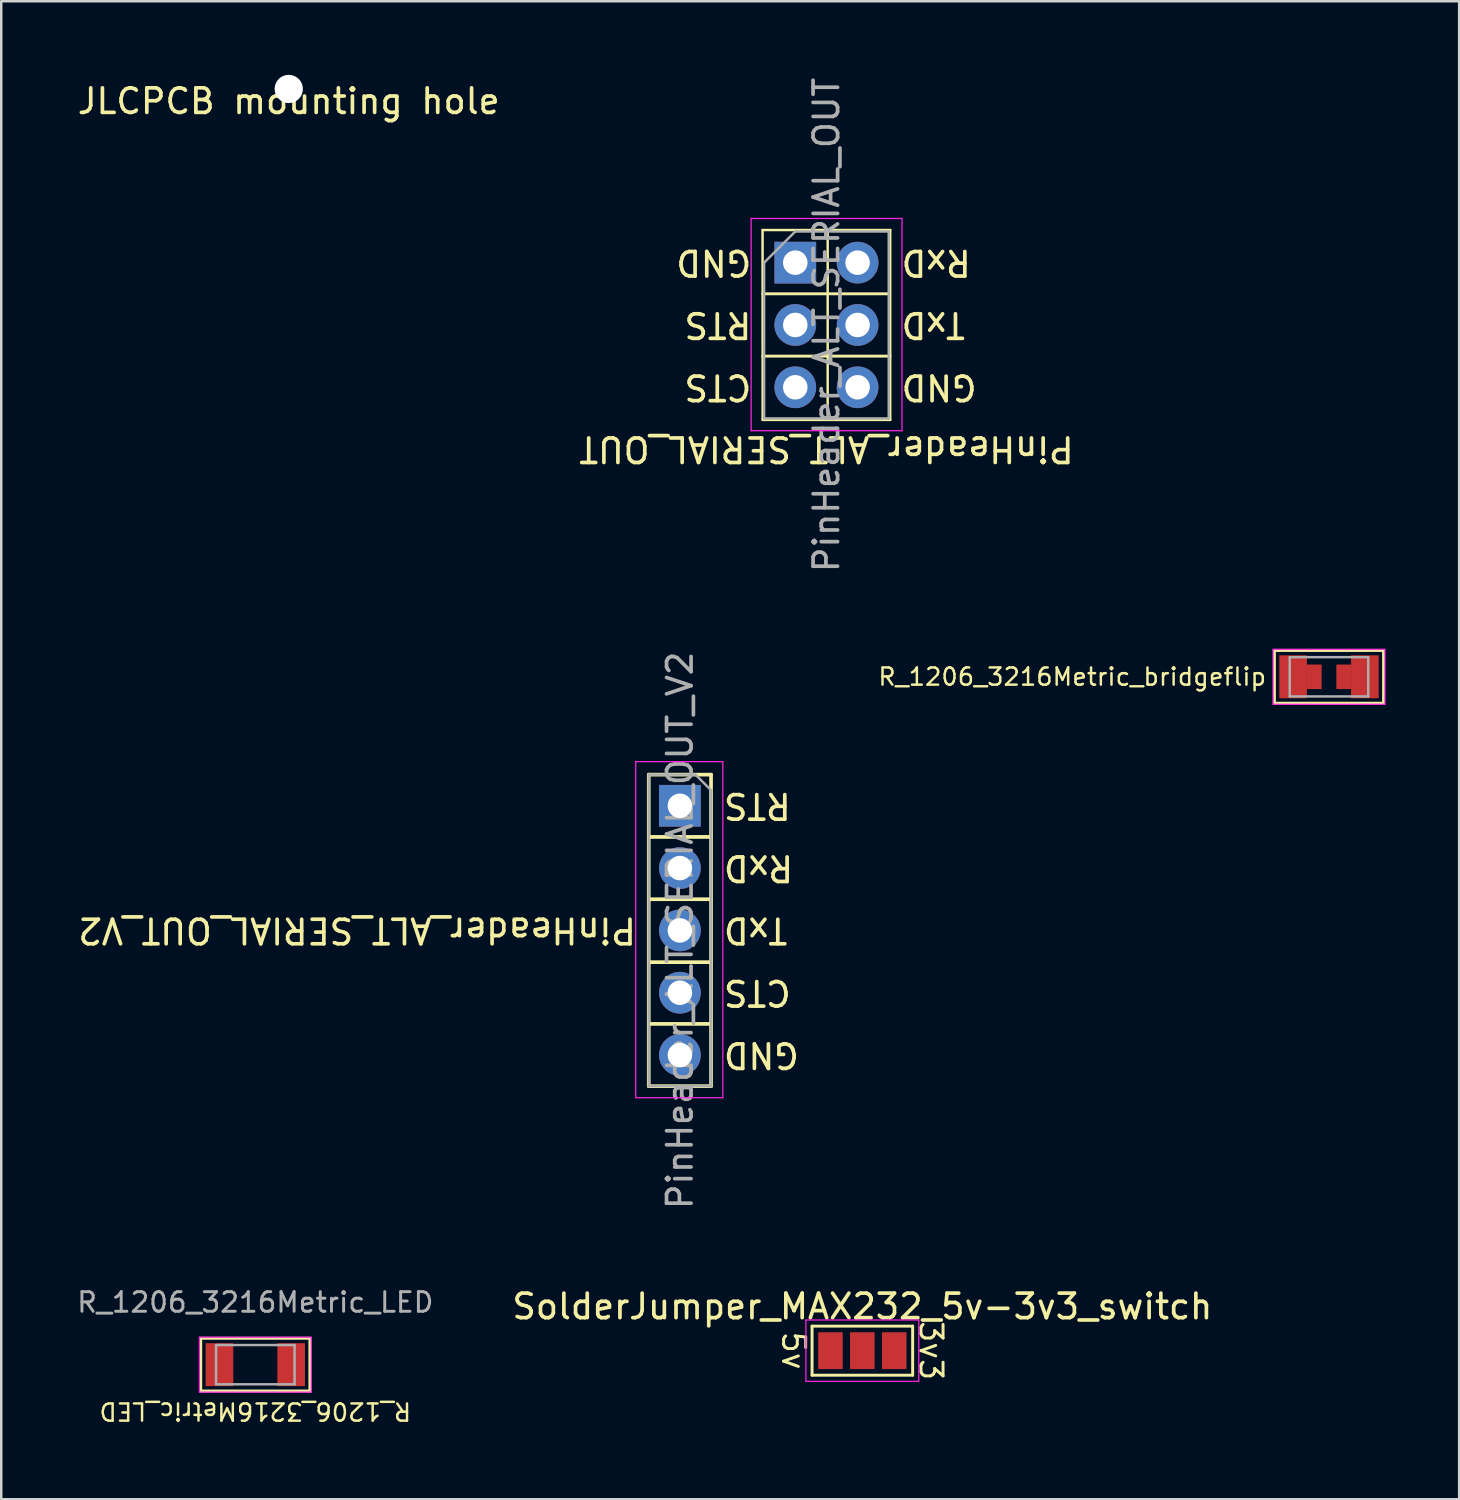
<source format=kicad_pcb>
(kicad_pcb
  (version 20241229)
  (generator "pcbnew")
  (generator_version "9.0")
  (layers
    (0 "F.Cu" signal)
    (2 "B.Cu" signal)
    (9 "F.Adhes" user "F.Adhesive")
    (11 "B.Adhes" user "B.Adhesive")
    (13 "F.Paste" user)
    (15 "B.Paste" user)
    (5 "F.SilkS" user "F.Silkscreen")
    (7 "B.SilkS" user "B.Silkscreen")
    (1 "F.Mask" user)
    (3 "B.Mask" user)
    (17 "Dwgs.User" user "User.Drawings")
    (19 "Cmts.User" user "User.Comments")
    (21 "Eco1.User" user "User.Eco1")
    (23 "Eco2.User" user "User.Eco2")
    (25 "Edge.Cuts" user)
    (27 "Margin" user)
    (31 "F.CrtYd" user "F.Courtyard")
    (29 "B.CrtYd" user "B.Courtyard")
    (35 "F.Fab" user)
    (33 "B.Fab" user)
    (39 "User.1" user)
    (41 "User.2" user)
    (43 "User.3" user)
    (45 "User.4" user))
  (footprint "PinHeader_ALT_SERIAL_OUT_V2"
    (layer "F.Cu")
    (at 24.664 29.795)
    (property "Reference" "PinHeader_ALT_SERIAL_OUT_V2" (at -1.7 5.08 180) (unlocked yes) (layer "F.SilkS") (effects (font (size 1 1) (thickness 0.15)) (justify left)))
    (attr through_hole)
    (fp_line (start -1.27 -1.27) (end -1.27 11.43) (stroke (width 0.15) (type solid)) (layer "F.SilkS"))
    (fp_line (start -1.27 -1.27) (end 1.27 -1.27) (stroke (width 0.15) (type solid)) (layer "F.SilkS"))
    (fp_line (start -1.27 1.27) (end 1.27 1.27) (stroke (width 0.15) (type solid)) (layer "F.SilkS"))
    (fp_line (start -1.27 3.81) (end 1.27 3.81) (stroke (width 0.15) (type solid)) (layer "F.SilkS"))
    (fp_line (start -1.27 6.375) (end 1.27 6.375) (stroke (width 0.15) (type solid)) (layer "F.SilkS"))
    (fp_line (start -1.27 8.89) (end 1.27 8.89) (stroke (width 0.15) (type solid)) (layer "F.SilkS"))
    (fp_line (start -1.27 11.43) (end 1.27 11.43) (stroke (width 0.15) (type solid)) (layer "F.SilkS"))
    (fp_line (start 1.27 11.43) (end 1.27 -1.27) (stroke (width 0.15) (type solid)) (layer "F.SilkS"))
    (fp_line (start -1.8 -1.8) (end 1.75 -1.8) (stroke (width 0.05) (type solid)) (layer "F.CrtYd"))
    (fp_line (start -1.8 11.9) (end -1.8 -1.8) (stroke (width 0.05) (type solid)) (layer "F.CrtYd"))
    (fp_line (start 1.75 -1.8) (end 1.75 11.9) (stroke (width 0.05) (type solid)) (layer "F.CrtYd"))
    (fp_line (start 1.75 11.9) (end -1.8 11.9) (stroke (width 0.05) (type solid)) (layer "F.CrtYd"))
    (fp_line (start -1.27 -1.27) (end 0.635 -1.27) (stroke (width 0.1) (type solid)) (layer "F.Fab"))
    (fp_line (start -1.27 11.43) (end -1.27 -1.27) (stroke (width 0.1) (type solid)) (layer "F.Fab"))
    (fp_line (start 0.635 -1.27) (end 1.27 -0.635) (stroke (width 0.1) (type solid)) (layer "F.Fab"))
    (fp_line (start 1.27 -0.635) (end 1.27 11.43) (stroke (width 0.1) (type solid)) (layer "F.Fab"))
    (fp_line (start 1.27 11.43) (end -1.27 11.43) (stroke (width 0.1) (type solid)) (layer "F.Fab"))
    (fp_text user "RxD" (at 1.7 2.54 180) (unlocked yes) (layer "F.SilkS") (effects (font (size 1 1) (thickness 0.15)) (justify right)))
    (fp_text user "CTS" (at 1.7 7.62 180) (unlocked yes) (layer "F.SilkS") (effects (font (size 1 1) (thickness 0.15)) (justify right)))
    (fp_text user "TxD" (at 1.7 5.08 180) (unlocked yes) (layer "F.SilkS") (effects (font (size 1 1) (thickness 0.15)) (justify right)))
    (fp_text user "GND" (at 1.7 10.16 180) (unlocked yes) (layer "F.SilkS") (effects (font (size 1 1) (thickness 0.15)) (justify right)))
    (fp_text user "RTS" (at 1.7 0 180) (unlocked yes) (layer "F.SilkS") (effects (font (size 1 1) (thickness 0.15)) (justify right)))
    (fp_text user "${REFERENCE}" (at 0 5.08 90) (layer "F.Fab") (effects (font (size 1 1) (thickness 0.15))))
    (pad "1" thru_hole rect (at 0 0) (size 1.7 1.7) (drill 1) (layers "*.Cu" "*.Mask"))
    (pad "2" thru_hole oval (at 0 2.54) (size 1.7 1.7) (drill 1) (layers "*.Cu" "*.Mask"))
    (pad "3" thru_hole oval (at 0 5.08) (size 1.7 1.7) (drill 1) (layers "*.Cu" "*.Mask"))
    (pad "4" thru_hole oval (at 0 7.62) (size 1.7 1.7) (drill 1) (layers "*.Cu" "*.Mask"))
    (pad "5" thru_hole oval (at 0 10.16) (size 1.7 1.7) (drill 1) (layers "*.Cu" "*.Mask")))
  (footprint "R_1206_3216Metric_bridgeflip"
    (layer "F.Cu")
    (at 51.122 24.538)
    (property "Reference" "R_1206_3216Metric_bridgeflip" (at -2.5 0 0) (unlocked yes) (layer "F.SilkS") (effects (font (size 0.7 0.7) (thickness 0.1)) (justify right)))
    (attr smd)
    (fp_line (start -2.225 -1.075) (end 2.225 -1.075) (stroke (width 0.12) (type solid)) (layer "F.SilkS"))
    (fp_line (start -2.225 1.075) (end -2.225 -1.075) (stroke (width 0.12) (type solid)) (layer "F.SilkS"))
    (fp_line (start -2.225 1.075) (end 2.225 1.075) (stroke (width 0.12) (type solid)) (layer "F.SilkS"))
    (fp_line (start 2.225 1.075) (end 2.225 -1.075) (stroke (width 0.12) (type solid)) (layer "F.SilkS"))
    (fp_line (start -2.28 -1.12) (end 2.28 -1.12) (stroke (width 0.05) (type solid)) (layer "F.CrtYd"))
    (fp_line (start -2.28 1.12) (end -2.28 -1.12) (stroke (width 0.05) (type solid)) (layer "F.CrtYd"))
    (fp_line (start 2.28 -1.12) (end 2.28 1.12) (stroke (width 0.05) (type solid)) (layer "F.CrtYd"))
    (fp_line (start 2.28 1.12) (end -2.28 1.12) (stroke (width 0.05) (type solid)) (layer "F.CrtYd"))
    (fp_line (start -1.6 -0.8) (end 1.6 -0.8) (stroke (width 0.1) (type solid)) (layer "F.Fab"))
    (fp_line (start -1.6 0.8) (end -1.6 -0.8) (stroke (width 0.1) (type solid)) (layer "F.Fab"))
    (fp_line (start 1.6 -0.8) (end 1.6 0.8) (stroke (width 0.1) (type solid)) (layer "F.Fab"))
    (fp_line (start 1.6 0.8) (end -1.6 0.8) (stroke (width 0.1) (type solid)) (layer "F.Fab"))
    (pad "1" smd rect (at -1.462 0) (size 1.125 1.75) (layers "F.Cu" "F.Mask" "F.Paste"))
    (pad "1" smd rect (at -0.6 0) (size 0.6 1) (layers "F.Cu" "F.Mask" "F.Paste"))
    (pad "2" smd rect (at 0.6 0 180) (size 0.6 1) (layers "F.Cu" "F.Mask" "F.Paste"))
    (pad "2" smd rect (at 1.462 0) (size 1.125 1.75) (layers "F.Cu" "F.Mask" "F.Paste")))
  (footprint "SolderJumper_MAX232_5v-3v3_switch"
    (layer "F.Cu")
    (at 32.101 52.005)
    (property "Reference" "SolderJumper_MAX232_5v-3v3_switch" (at 0 -1.8 180) (layer "F.SilkS") (effects (font (size 1 1) (thickness 0.15))))
    (attr exclude_from_pos_files exclude_from_bom)
    (fp_line (start -2.05 -1) (end 2.05 -1) (stroke (width 0.12) (type solid)) (layer "F.SilkS"))
    (fp_line (start -2.05 1) (end -2.05 -1) (stroke (width 0.12) (type solid)) (layer "F.SilkS"))
    (fp_line (start 2.05 -1) (end 2.05 1) (stroke (width 0.12) (type solid)) (layer "F.SilkS"))
    (fp_line (start 2.05 1) (end -2.05 1) (stroke (width 0.12) (type solid)) (layer "F.SilkS"))
    (fp_line (start -2.3 -1.25) (end -2.3 1.25) (stroke (width 0.05) (type solid)) (layer "F.CrtYd"))
    (fp_line (start -2.3 -1.25) (end 2.3 -1.25) (stroke (width 0.05) (type solid)) (layer "F.CrtYd"))
    (fp_line (start 2.3 1.25) (end -2.3 1.25) (stroke (width 0.05) (type solid)) (layer "F.CrtYd"))
    (fp_line (start 2.3 1.25) (end 2.3 -1.25) (stroke (width 0.05) (type solid)) (layer "F.CrtYd"))
    (fp_text user "3v3" (at 2.8 0 270) (unlocked yes) (layer "F.SilkS") (effects (font (size 0.9 0.9) (thickness 0.12))))
    (fp_text user "5v" (at -2.8 0 270) (unlocked yes) (layer "F.SilkS") (effects (font (size 0.9 0.9) (thickness 0.12))))
    (pad "1" smd rect (at -1.3 0) (size 1 1.5) (layers "F.Cu" "F.Mask"))
    (pad "2" smd rect (at 0 0) (size 1 1.5) (layers "F.Cu" "F.Mask"))
    (pad "3" smd rect (at 1.3 0) (size 1 1.5) (layers "F.Cu" "F.Mask")))
  (footprint "PinHeader_ALT_SERIAL_OUT"
    (layer "F.Cu")
    (at 29.367 7.656)
    (property "Reference" "PinHeader_ALT_SERIAL_OUT" (at 1.27 7.6 180) (unlocked yes) (layer "F.SilkS") (effects (font (size 1 1) (thickness 0.15))))
    (attr through_hole)
    (fp_line (start -1.333 -1.33) (end -1.33 6.41) (stroke (width 0.1) (type solid)) (layer "F.SilkS"))
    (fp_line (start -1.333 -1.33) (end 3.87 -1.33) (stroke (width 0.1) (type solid)) (layer "F.SilkS"))
    (fp_line (start -1.33 6.41) (end 3.87 6.41) (stroke (width 0.1) (type solid)) (layer "F.SilkS"))
    (fp_line (start -1.321 1.27) (end 3.81 1.27) (stroke (width 0.12) (type solid)) (layer "F.SilkS"))
    (fp_line (start -1.321 3.81) (end 3.861 3.81) (stroke (width 0.12) (type solid)) (layer "F.SilkS"))
    (fp_line (start 1.321 -1.321) (end 1.321 6.35) (stroke (width 0.1) (type solid)) (layer "F.SilkS"))
    (fp_line (start 3.87 -1.33) (end 3.87 6.41) (stroke (width 0.1) (type solid)) (layer "F.SilkS"))
    (fp_line (start -1.8 -1.8) (end -1.8 6.85) (stroke (width 0.05) (type solid)) (layer "F.CrtYd"))
    (fp_line (start -1.8 6.85) (end 4.35 6.85) (stroke (width 0.05) (type solid)) (layer "F.CrtYd"))
    (fp_line (start 4.35 -1.8) (end -1.8 -1.8) (stroke (width 0.05) (type solid)) (layer "F.CrtYd"))
    (fp_line (start 4.35 6.85) (end 4.35 -1.8) (stroke (width 0.05) (type solid)) (layer "F.CrtYd"))
    (fp_line (start -1.27 0) (end 0 -1.27) (stroke (width 0.1) (type solid)) (layer "F.Fab"))
    (fp_line (start -1.27 6.35) (end -1.27 0) (stroke (width 0.1) (type solid)) (layer "F.Fab"))
    (fp_line (start 0 -1.27) (end 3.81 -1.27) (stroke (width 0.1) (type solid)) (layer "F.Fab"))
    (fp_line (start 3.81 -1.27) (end 3.81 6.35) (stroke (width 0.1) (type solid)) (layer "F.Fab"))
    (fp_line (start 3.81 6.35) (end -1.27 6.35) (stroke (width 0.1) (type solid)) (layer "F.Fab"))
    (fp_text user "TxD" (at 4.24 2.54 180) (unlocked yes) (layer "F.SilkS") (effects (font (size 1 1) (thickness 0.15)) (justify right)))
    (fp_text user "RxD" (at 4.24 0 180) (unlocked yes) (layer "F.SilkS") (effects (font (size 1 1) (thickness 0.15)) (justify right)))
    (fp_text user "GND" (at -1.7 0 180) (unlocked yes) (layer "F.SilkS") (effects (font (size 1 1) (thickness 0.15)) (justify left)))
    (fp_text user "GND" (at 4.24 5.08 180) (unlocked yes) (layer "F.SilkS") (effects (font (size 1 1) (thickness 0.15)) (justify right)))
    (fp_text user "CTS" (at -1.7 5.08 180) (unlocked yes) (layer "F.SilkS") (effects (font (size 1 1) (thickness 0.15)) (justify left)))
    (fp_text user "RTS" (at -1.7 2.54 180) (unlocked yes) (layer "F.SilkS") (effects (font (size 1 1) (thickness 0.15)) (justify left)))
    (fp_text user "${REFERENCE}" (at 1.27 2.54 90) (layer "F.Fab") (effects (font (size 1 1) (thickness 0.15))))
    (pad "1" thru_hole rect (at 0 0) (size 1.7 1.7) (drill 1) (layers "*.Cu" "*.Mask"))
    (pad "2" thru_hole oval (at 2.54 0) (size 1.7 1.7) (drill 1) (layers "*.Cu" "*.Mask"))
    (pad "3" thru_hole oval (at 0 2.54) (size 1.7 1.7) (drill 1) (layers "*.Cu" "*.Mask"))
    (pad "4" thru_hole oval (at 2.54 2.54) (size 1.7 1.7) (drill 1) (layers "*.Cu" "*.Mask"))
    (pad "5" thru_hole oval (at 0 5.08) (size 1.7 1.7) (drill 1) (layers "*.Cu" "*.Mask"))
    (pad "6" thru_hole oval (at 2.54 5.08) (size 1.7 1.7) (drill 1) (layers "*.Cu" "*.Mask")))
  (footprint "R_1206_3216Metric_LED"
    (layer "F.Cu")
    (at 7.357 52.576)
    (property "Reference" "R_1206_3216Metric_LED" (at 0 1.9 180) (unlocked yes) (layer "F.SilkS") (effects (font (size 0.7 0.7) (thickness 0.1))))
    (attr smd)
    (fp_line (start -2.225 -1.075) (end 2.225 -1.075) (stroke (width 0.12) (type solid)) (layer "F.SilkS"))
    (fp_line (start -2.225 1.075) (end -2.225 -1.075) (stroke (width 0.12) (type solid)) (layer "F.SilkS"))
    (fp_line (start -2.225 1.075) (end 2.225 1.075) (stroke (width 0.12) (type solid)) (layer "F.SilkS"))
    (fp_line (start 2.225 1.075) (end 2.225 -1.075) (stroke (width 0.12) (type solid)) (layer "F.SilkS"))
    (fp_line (start -2.28 -1.12) (end 2.28 -1.12) (stroke (width 0.05) (type solid)) (layer "F.CrtYd"))
    (fp_line (start -2.28 1.12) (end -2.28 -1.12) (stroke (width 0.05) (type solid)) (layer "F.CrtYd"))
    (fp_line (start 2.28 -1.12) (end 2.28 1.12) (stroke (width 0.05) (type solid)) (layer "F.CrtYd"))
    (fp_line (start 2.28 1.12) (end -2.28 1.12) (stroke (width 0.05) (type solid)) (layer "F.CrtYd"))
    (fp_line (start -1.6 -0.8) (end 1.6 -0.8) (stroke (width 0.1) (type solid)) (layer "F.Fab"))
    (fp_line (start -1.6 0.8) (end -1.6 -0.8) (stroke (width 0.1) (type solid)) (layer "F.Fab"))
    (fp_line (start 1.6 -0.8) (end 1.6 0.8) (stroke (width 0.1) (type solid)) (layer "F.Fab"))
    (fp_line (start 1.6 0.8) (end -1.6 0.8) (stroke (width 0.1) (type solid)) (layer "F.Fab"))
    (fp_text user "${REFERENCE}" (at 0 -2.54 0) (layer "F.Fab") (effects (font (size 0.8 0.8) (thickness 0.12))))
    (pad "1" smd rect (at -1.462 0) (size 1.125 1.75) (layers "F.Cu" "F.Mask" "F.Paste"))
    (pad "2" smd rect (at 1.462 0) (size 1.125 1.75) (layers "F.Cu" "F.Mask" "F.Paste")))
  (footprint "JLCPCB mounting hole"
    (layer "F.Cu")
    (at 8.72 0.576)
    (property "Reference" "JLCPCB mounting hole" (at 0 0.5 0) (layer "F.SilkS") (effects (font (size 1 1) (thickness 0.15))))
    (attr through_hole)
    (pad "" np_thru_hole circle (at 0 0) (size 1.152 1.152) (drill 1.152) (layers "*.Cu" "*.Mask")))
  (gr_rect
    (start -3 -3)
    (end 56.427 58.061)
    (stroke (width 0.1) (type default))
    (fill no)
    (layer "Edge.Cuts")))
</source>
